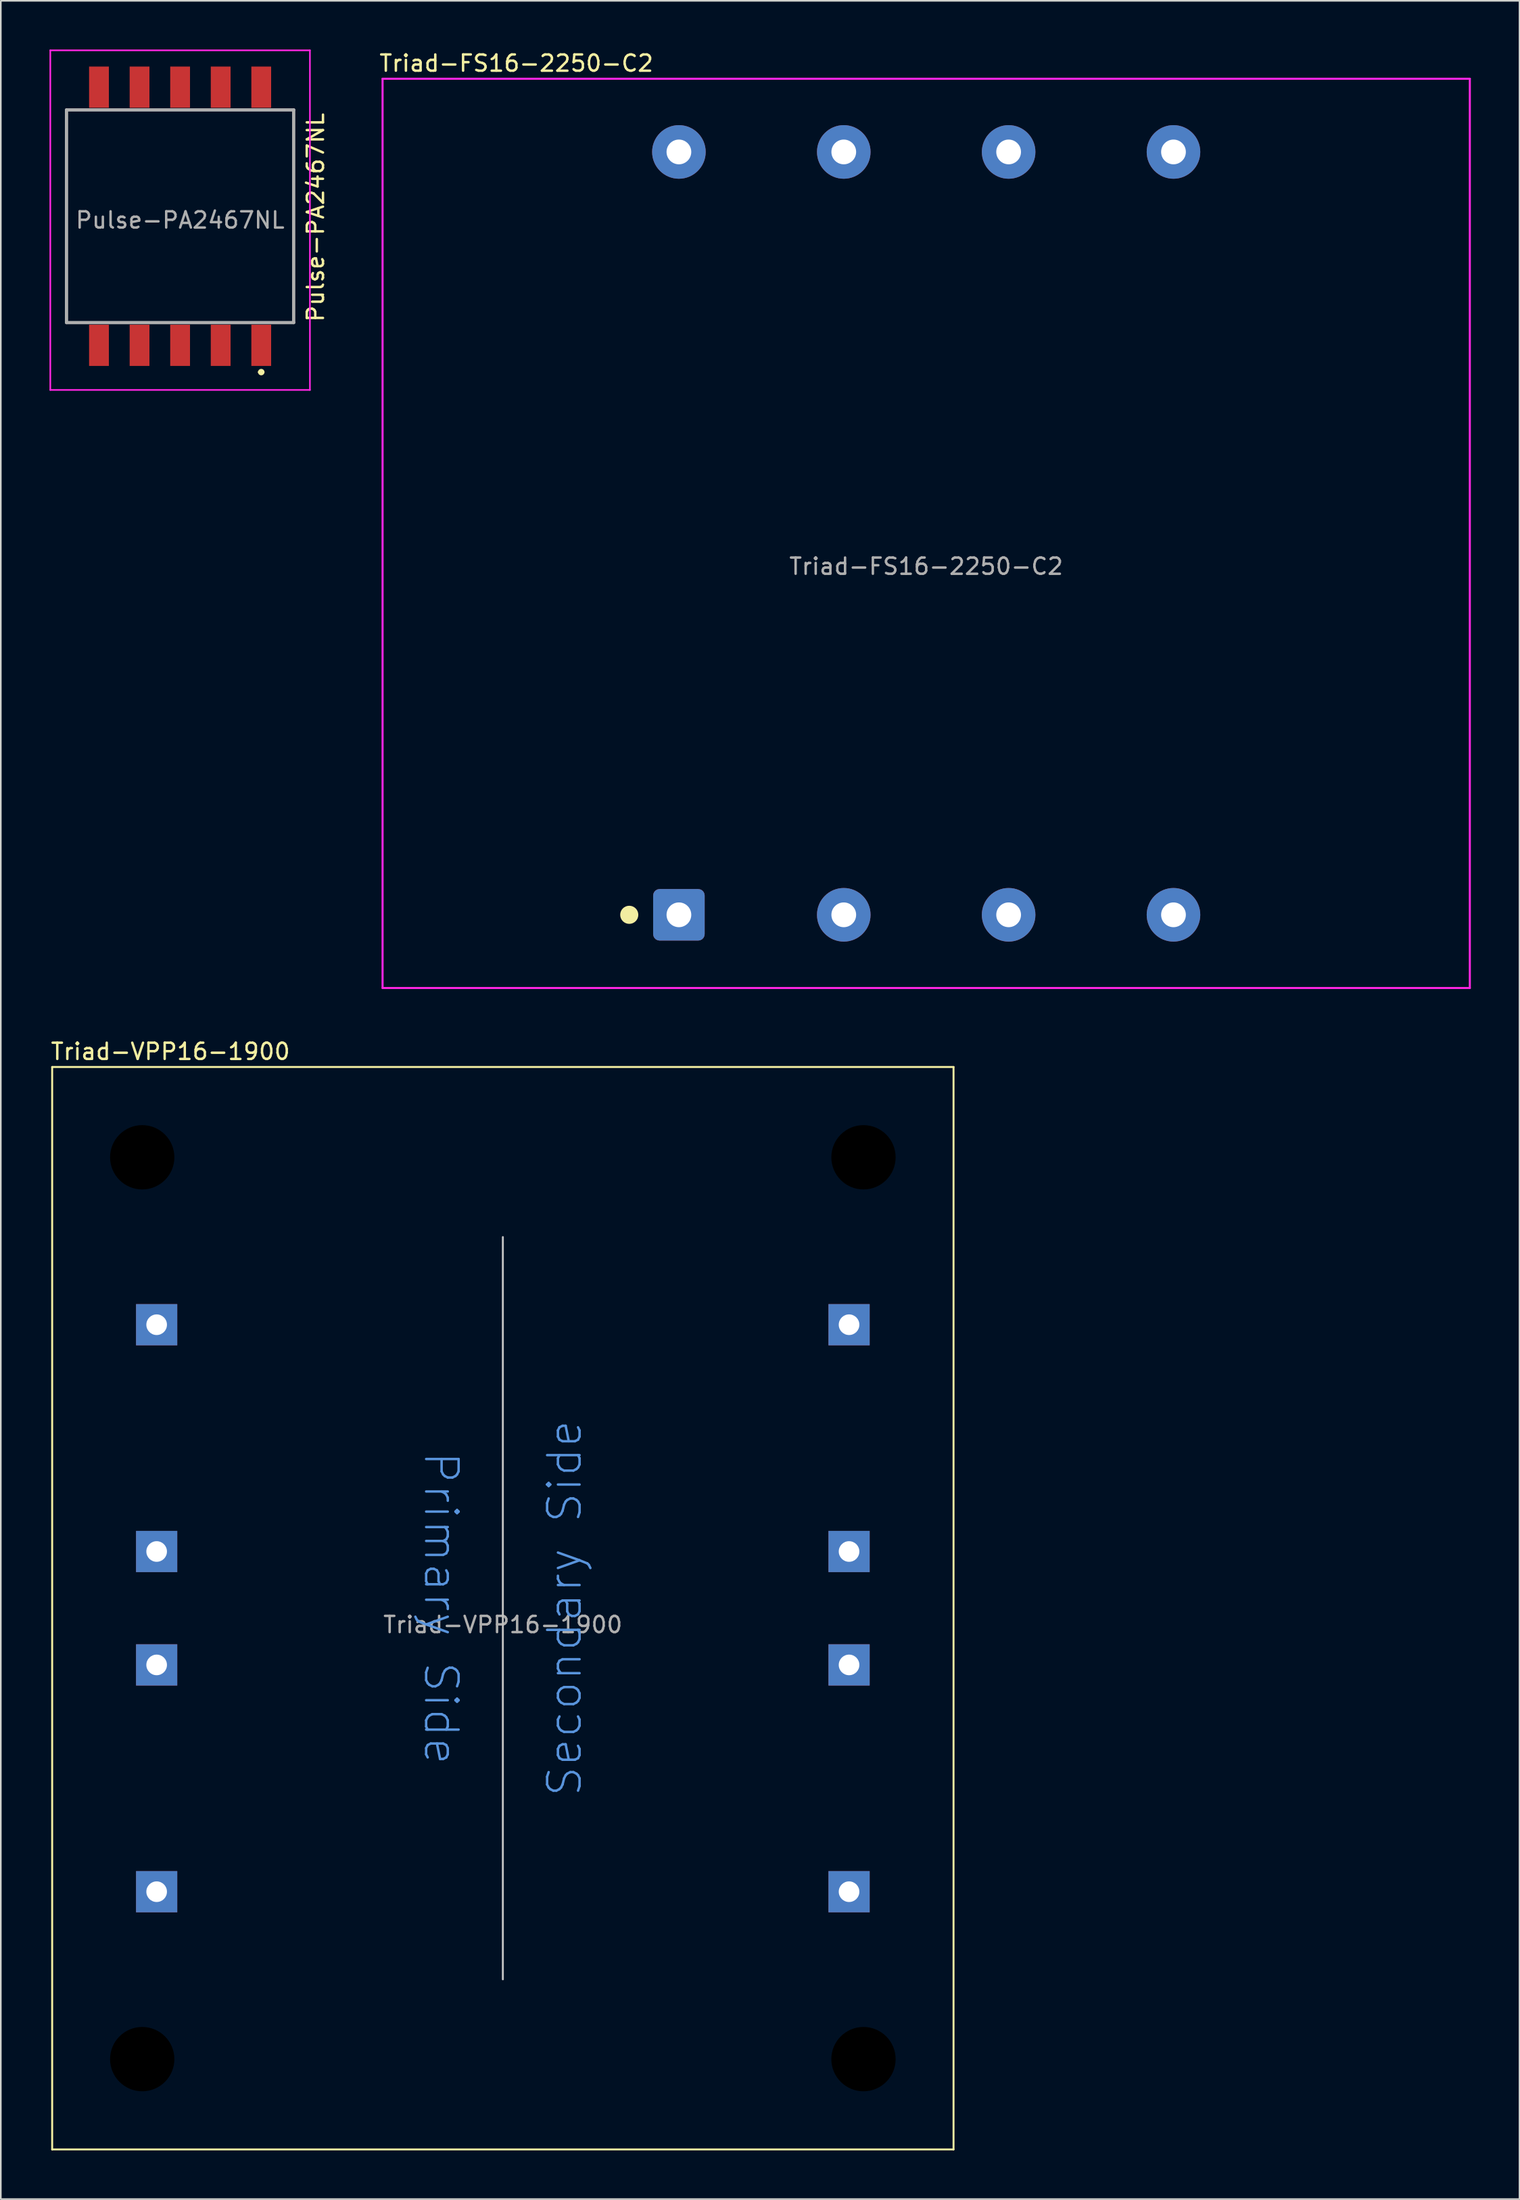
<source format=kicad_pcb>
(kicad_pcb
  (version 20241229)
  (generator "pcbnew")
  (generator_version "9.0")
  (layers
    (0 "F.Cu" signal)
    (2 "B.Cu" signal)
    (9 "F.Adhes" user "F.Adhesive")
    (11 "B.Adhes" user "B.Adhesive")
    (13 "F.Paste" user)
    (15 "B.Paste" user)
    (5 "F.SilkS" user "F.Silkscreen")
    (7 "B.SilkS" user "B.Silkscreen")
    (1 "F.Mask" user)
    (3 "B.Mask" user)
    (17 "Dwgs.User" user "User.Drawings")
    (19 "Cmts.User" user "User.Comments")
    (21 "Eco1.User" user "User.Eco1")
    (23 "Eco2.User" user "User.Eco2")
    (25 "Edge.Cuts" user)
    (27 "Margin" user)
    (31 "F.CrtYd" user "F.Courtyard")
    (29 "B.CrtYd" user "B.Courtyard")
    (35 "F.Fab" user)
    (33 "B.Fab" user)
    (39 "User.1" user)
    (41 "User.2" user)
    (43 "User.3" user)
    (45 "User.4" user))
  (footprint "Triad-VPP16-1900"
    (layer "F.Cu")
    (at 27.94 96.01)
    (property "Reference" "Triad-VPP16-1900" (at -27.94 -34.29 0) (unlocked yes) (layer "F.SilkS") (effects (font (size 1 1) (thickness 0.15)) (justify left)))
    (attr through_hole)
    (fp_line (start -27.775 -33.337) (end 27.775 -33.337) (stroke (width 0.12) (type solid)) (layer "F.SilkS"))
    (fp_line (start -27.775 33.337) (end -27.775 -33.337) (stroke (width 0.12) (type solid)) (layer "F.SilkS"))
    (fp_line (start -27.775 33.337) (end 27.775 33.337) (stroke (width 0.12) (type solid)) (layer "F.SilkS"))
    (fp_line (start 27.775 33.337) (end 27.775 -33.337) (stroke (width 0.12) (type solid)) (layer "F.SilkS"))
    (fp_line (start 0 -22.86) (end 0 22.86) (stroke (width 0.12) (type solid)) (layer "Dwgs.User"))
    (fp_text user "Primary Side" (at -3.81 0 270) (unlocked yes) (layer "Cmts.User") (effects (font (size 2 2) (thickness 0.15))))
    (fp_text user "Secondary Side" (at 3.81 0 90) (unlocked yes) (layer "Cmts.User") (effects (font (size 2 2) (thickness 0.15))))
    (fp_text user "${REFERENCE}" (at 0 1.016 0) (unlocked yes) (layer "F.Fab") (effects (font (size 1 1) (thickness 0.15))))
    (pad "" np_thru_hole circle (at -22.225 -27.775) (size 3.962 3.962) (drill 3.962) (layers "*.Mask"))
    (pad "" np_thru_hole circle (at -22.225 27.775) (size 3.962 3.962) (drill 3.962) (layers "*.Mask"))
    (pad "" np_thru_hole circle (at 22.225 -27.775) (size 3.962 3.962) (drill 3.962) (layers "*.Mask"))
    (pad "" np_thru_hole circle (at 22.225 27.775) (size 3.962 3.962) (drill 3.962) (layers "*.Mask"))
    (pad "1" thru_hole rect (at -21.336 -17.462) (size 2.54 2.54) (drill 1.27) (layers "*.Cu" "*.Mask"))
    (pad "3" thru_hole rect (at -21.336 -3.493) (size 2.54 2.54) (drill 1.27) (layers "*.Cu" "*.Mask"))
    (pad "4" thru_hole rect (at -21.336 3.493) (size 2.54 2.54) (drill 1.27) (layers "*.Cu" "*.Mask"))
    (pad "6" thru_hole rect (at -21.336 17.462) (size 2.54 2.54) (drill 1.27) (layers "*.Cu" "*.Mask"))
    (pad "7" thru_hole rect (at 21.336 -17.462) (size 2.54 2.54) (drill 1.27) (layers "*.Cu" "*.Mask"))
    (pad "9" thru_hole rect (at 21.336 -3.493) (size 2.54 2.54) (drill 1.27) (layers "*.Cu" "*.Mask"))
    (pad "10" thru_hole rect (at 21.336 3.493) (size 2.54 2.54) (drill 1.27) (layers "*.Cu" "*.Mask"))
    (pad "12" thru_hole rect (at 21.336 17.462) (size 2.54 2.54) (drill 1.27) (layers "*.Cu" "*.Mask")))
  (footprint "Pulse-PA2467NL"
    (layer "F.Cu")
    (at 8.05 10.27)
    (property "Reference" "Pulse-PA2467NL" (at 8.35 6.6 90) (layer "F.SilkS") (effects (font (size 1 1) (thickness 0.15)) (justify left)))
    (attr smd)
    (fp_line (start -7 -6.55) (end 7 -6.55) (stroke (width 0.1) (type solid)) (layer "F.SilkS"))
    (fp_line (start -7 6.55) (end -7 -6.55) (stroke (width 0.1) (type solid)) (layer "F.SilkS"))
    (fp_line (start 4.9 9.6) (end 4.9 9.6) (stroke (width 0.2) (type solid)) (layer "F.SilkS"))
    (fp_line (start 5.1 9.6) (end 5.1 9.6) (stroke (width 0.2) (type solid)) (layer "F.SilkS"))
    (fp_line (start 7 -6.55) (end 7 6.55) (stroke (width 0.1) (type solid)) (layer "F.SilkS"))
    (fp_line (start 7 6.55) (end -7 6.55) (stroke (width 0.1) (type solid)) (layer "F.SilkS"))
    (fp_arc (start 4.9 9.6) (mid 5 9.5) (end 5.1 9.6) (stroke (width 0.2) (type solid)) (layer "F.SilkS"))
    (fp_arc (start 5.1 9.6) (mid 5 9.7) (end 4.9 9.6) (stroke (width 0.2) (type solid)) (layer "F.SilkS"))
    (fp_line (start -8 -10.22) (end 8 -10.22) (stroke (width 0.1) (type solid)) (layer "F.CrtYd"))
    (fp_line (start -8 10.7) (end -8 -10.22) (stroke (width 0.1) (type solid)) (layer "F.CrtYd"))
    (fp_line (start 8 -10.22) (end 8 10.7) (stroke (width 0.1) (type solid)) (layer "F.CrtYd"))
    (fp_line (start 8 10.7) (end -8 10.7) (stroke (width 0.1) (type solid)) (layer "F.CrtYd"))
    (fp_line (start -7 -6.55) (end 7 -6.55) (stroke (width 0.2) (type solid)) (layer "F.Fab"))
    (fp_line (start -7 6.55) (end -7 -6.55) (stroke (width 0.2) (type solid)) (layer "F.Fab"))
    (fp_line (start 7 -6.55) (end 7 6.55) (stroke (width 0.2) (type solid)) (layer "F.Fab"))
    (fp_line (start 7 6.55) (end -7 6.55) (stroke (width 0.2) (type solid)) (layer "F.Fab"))
    (fp_text user "${REFERENCE}" (at 0 0.24 0) (layer "F.Fab") (effects (font (size 1 1) (thickness 0.15))))
    (pad "1" smd rect (at 5 7.95) (size 1.22 2.54) (layers "F.Cu" "F.Mask" "F.Paste"))
    (pad "2" smd rect (at 2.5 7.95) (size 1.22 2.54) (layers "F.Cu" "F.Mask" "F.Paste"))
    (pad "3" smd rect (at 0 7.95) (size 1.22 2.54) (layers "F.Cu" "F.Mask" "F.Paste"))
    (pad "4" smd rect (at -2.5 7.95) (size 1.22 2.54) (layers "F.Cu" "F.Mask" "F.Paste"))
    (pad "5" smd rect (at -5 7.95) (size 1.22 2.54) (layers "F.Cu" "F.Mask" "F.Paste"))
    (pad "6" smd rect (at -5 -7.95) (size 1.22 2.54) (layers "F.Cu" "F.Mask" "F.Paste"))
    (pad "7" smd rect (at -2.5 -7.95) (size 1.22 2.54) (layers "F.Cu" "F.Mask" "F.Paste"))
    (pad "8" smd rect (at 0 -7.95) (size 1.22 2.54) (layers "F.Cu" "F.Mask" "F.Paste"))
    (pad "9" smd rect (at 2.5 -7.95) (size 1.22 2.54) (layers "F.Cu" "F.Mask" "F.Paste"))
    (pad "10" smd rect (at 5 -7.95) (size 1.22 2.54) (layers "F.Cu" "F.Mask" "F.Paste")))
  (footprint "Triad-FS16-2250-C2"
    (layer "F.Cu")
    (at 54.03 29.804)
    (property "Reference" "Triad-FS16-2250-C2" (at -33.782 -28.956 0) (unlocked yes) (layer "F.SilkS") (effects (font (size 1 1) (thickness 0.15)) (justify left)))
    (attr through_hole)
    (fp_circle (center -18.3 23.495) (end -17.792 23.495) (stroke (width 0.1) (type solid)) (fill yes) (layer "F.SilkS"))
    (fp_line (start -33.503 -28.003) (end 33.503 -28.003) (stroke (width 0.127) (type default)) (layer "F.CrtYd"))
    (fp_line (start -33.503 28.003) (end -33.503 -28.003) (stroke (width 0.127) (type default)) (layer "F.CrtYd"))
    (fp_line (start -33.503 28.003) (end 33.503 28.003) (stroke (width 0.127) (type default)) (layer "F.CrtYd"))
    (fp_line (start 33.503 -28.003) (end 33.503 28.003) (stroke (width 0.127) (type default)) (layer "F.CrtYd"))
    (fp_text user "${REFERENCE}" (at 0 2.032 0) (unlocked yes) (layer "F.Fab") (effects (font (size 1 1) (thickness 0.15))))
    (pad "1" thru_hole roundrect (at -15.24 23.495) (size 3.175 3.175) (drill 1.524) (layers "*.Cu" "*.Mask") (roundrect_rratio 0.125))
    (pad "2" thru_hole circle (at -5.08 23.495) (size 3.302 3.302) (drill 1.524) (layers "*.Cu" "*.Mask"))
    (pad "3" thru_hole circle (at 5.08 23.495) (size 3.302 3.302) (drill 1.524) (layers "*.Cu" "*.Mask"))
    (pad "4" thru_hole circle (at 15.24 23.495) (size 3.302 3.302) (drill 1.524) (layers "*.Cu" "*.Mask"))
    (pad "5" thru_hole circle (at -15.24 -23.495) (size 3.302 3.302) (drill 1.524) (layers "*.Cu" "*.Mask"))
    (pad "6" thru_hole circle (at -5.08 -23.495) (size 3.302 3.302) (drill 1.524) (layers "*.Cu" "*.Mask"))
    (pad "7" thru_hole circle (at 5.08 -23.495) (size 3.302 3.302) (drill 1.524) (layers "*.Cu" "*.Mask"))
    (pad "8" thru_hole circle (at 15.24 -23.495) (size 3.302 3.302) (drill 1.524) (layers "*.Cu" "*.Mask")))
  (gr_rect
    (start -3 -3)
    (end 90.596 132.407)
    (stroke (width 0.1) (type default))
    (fill no)
    (layer "Edge.Cuts")))
</source>
